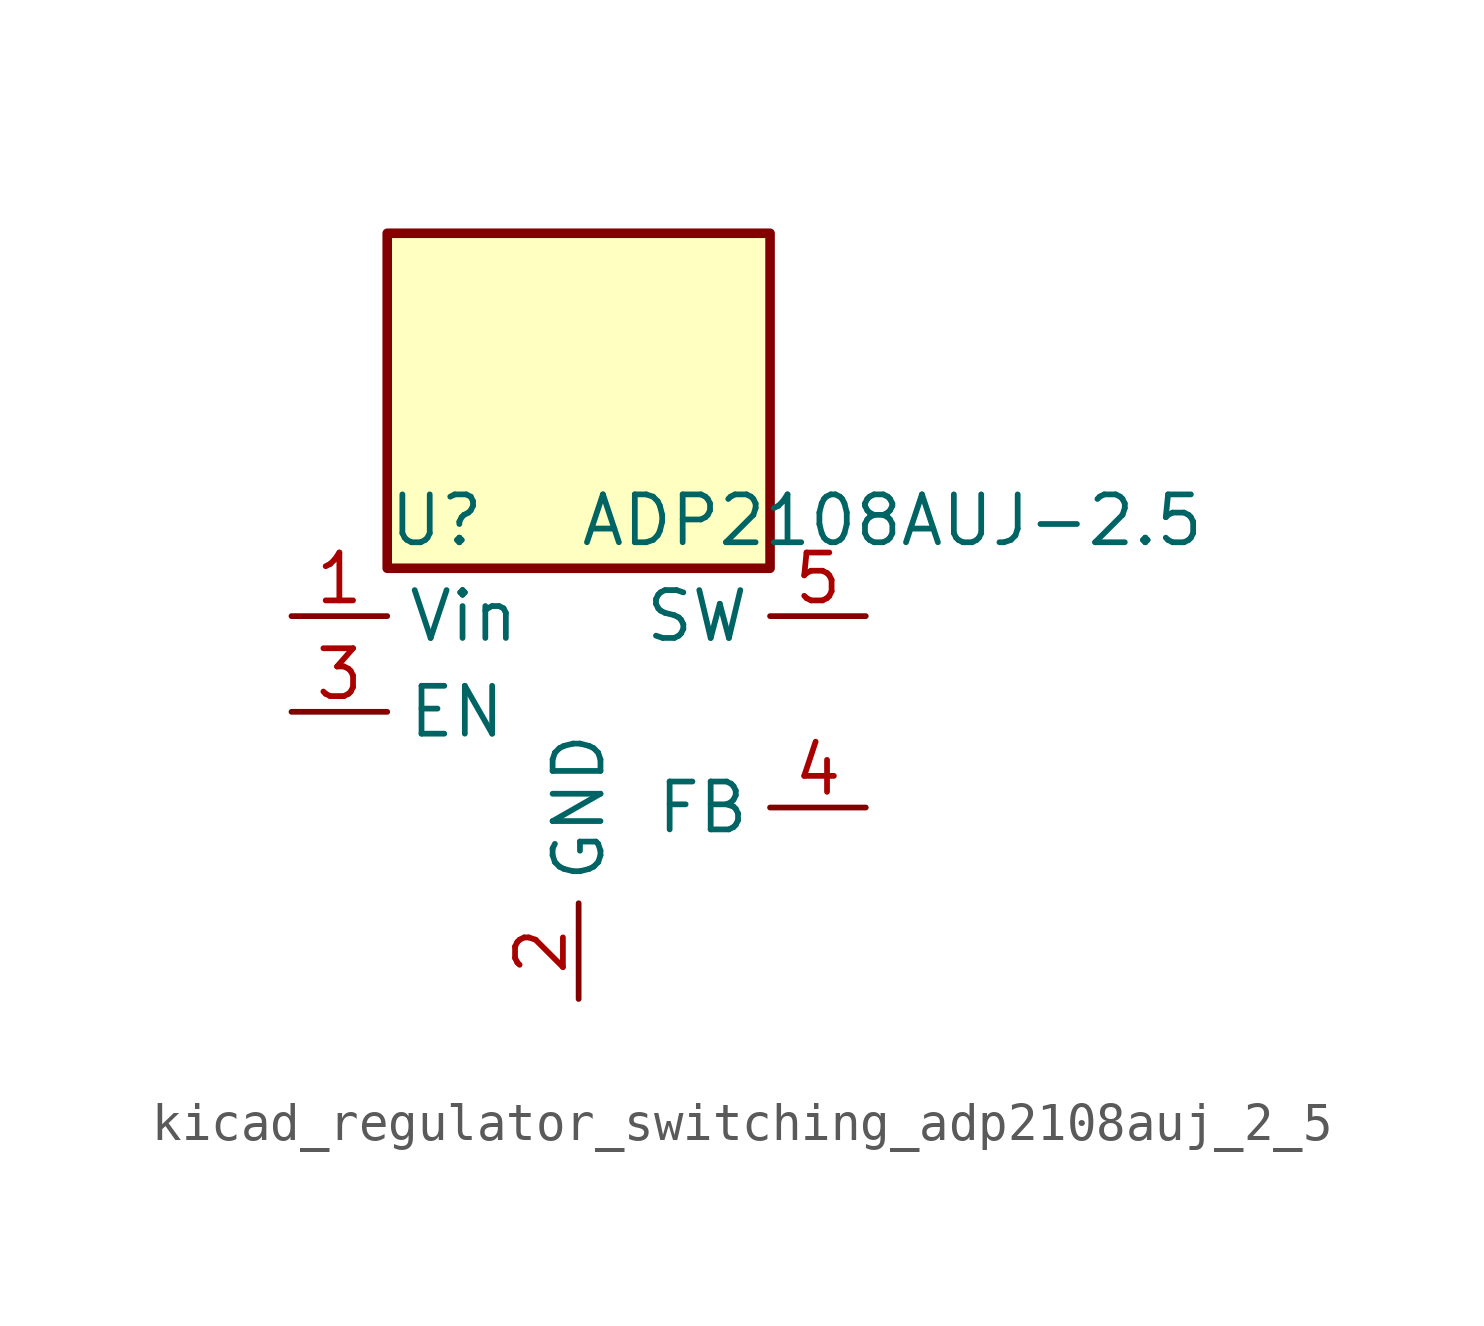
<source format=kicad_sym>
(kicad_symbol_lib
  (version 20220914)
  (generator kicad_symbol_editor)
  (symbol "kicad_regulator_switching_adp2108auj_2_5"
    (property "Reference" "U"
      (at -5.08 5.08 0)
      (effects (font (size 1.27 1.27)) (justify left)))
    (property "Value" "ADP2108AUJ-2.5"
      (at 0 5.08 0)
      (effects (font (size 1.27 1.27)) (justify left)))
    (symbol "kicad_regulator_switching_adp2108auj_2_5_0_1"
      (rectangle (start 5.08 12.7) (end -5.08 3.81) (stroke (width 0.254) (type default)) (fill (type background))))
    (symbol "kicad_regulator_switching_adp2108auj_2_5_1_1"
      (pin power_in line (at -7.62 2.54 0) (length 2.54) (name "Vin" (effects (font (size 1.27 1.27)))) (number "1" (effects (font (size 1.27 1.27)))))
      (pin power_in line (at 0 -7.62 90) (length 2.54) (name "GND" (effects (font (size 1.27 1.27)))) (number "2" (effects (font (size 1.27 1.27)))))
      (pin input line (at -7.62 0 0) (length 2.54) (name "EN" (effects (font (size 1.27 1.27)))) (number "3" (effects (font (size 1.27 1.27)))))
      (pin input line (at 7.62 -2.54 180) (length 2.54) (name "FB" (effects (font (size 1.27 1.27)))) (number "4" (effects (font (size 1.27 1.27)))))
      (pin input line (at 7.62 2.54 180) (length 2.54) (name "SW" (effects (font (size 1.27 1.27)))) (number "5" (effects (font (size 1.27 1.27))))))))
</source>
